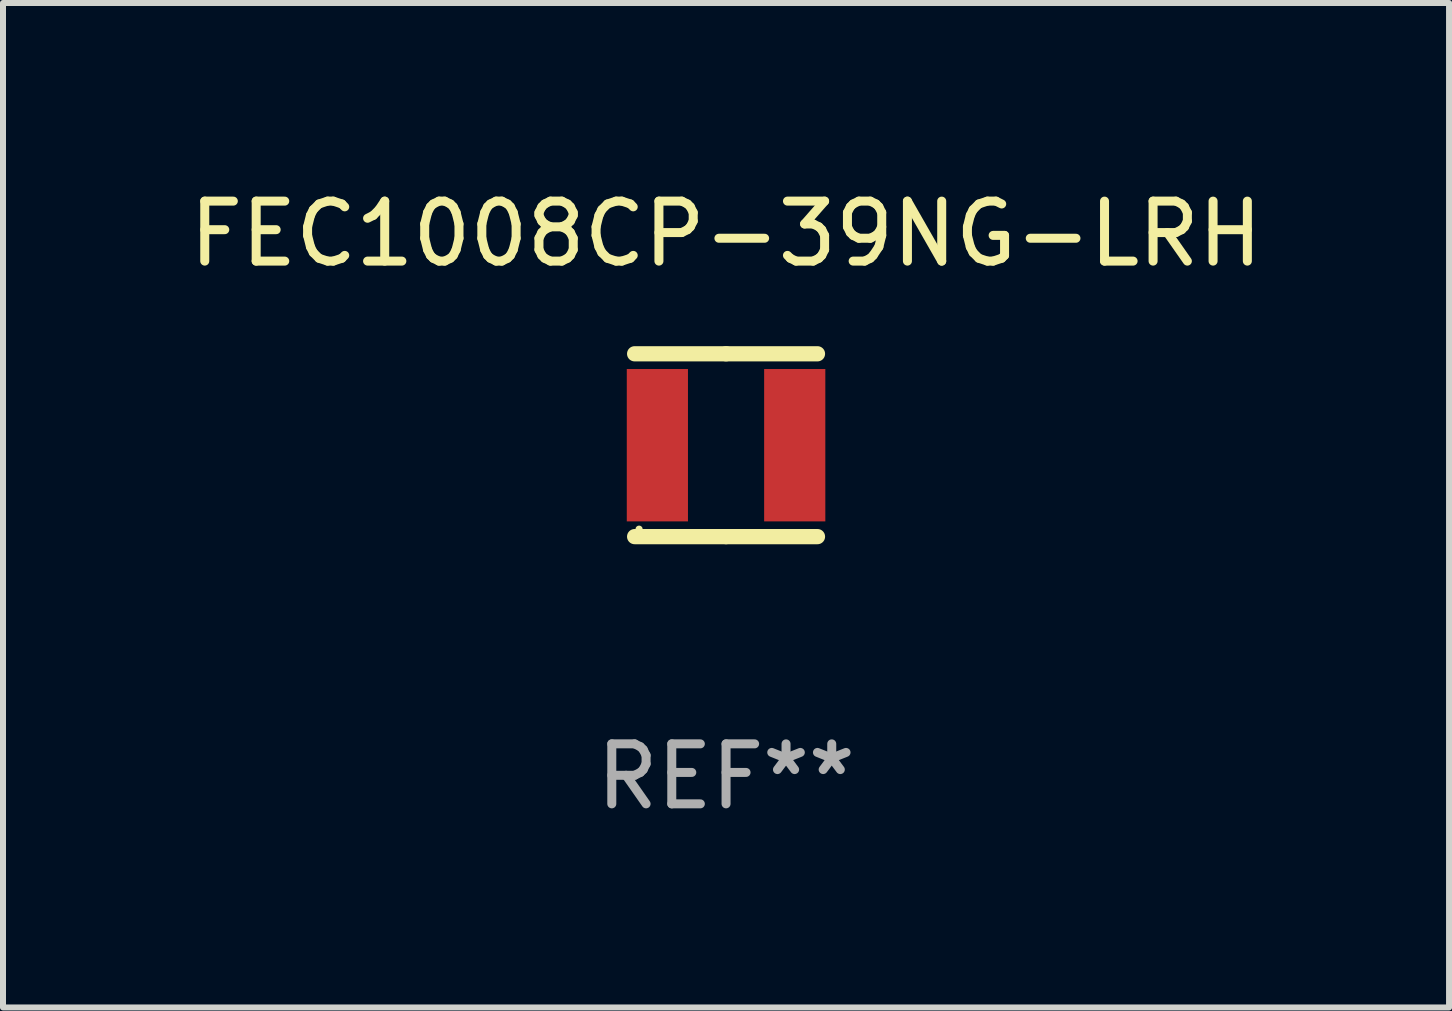
<source format=kicad_pcb>
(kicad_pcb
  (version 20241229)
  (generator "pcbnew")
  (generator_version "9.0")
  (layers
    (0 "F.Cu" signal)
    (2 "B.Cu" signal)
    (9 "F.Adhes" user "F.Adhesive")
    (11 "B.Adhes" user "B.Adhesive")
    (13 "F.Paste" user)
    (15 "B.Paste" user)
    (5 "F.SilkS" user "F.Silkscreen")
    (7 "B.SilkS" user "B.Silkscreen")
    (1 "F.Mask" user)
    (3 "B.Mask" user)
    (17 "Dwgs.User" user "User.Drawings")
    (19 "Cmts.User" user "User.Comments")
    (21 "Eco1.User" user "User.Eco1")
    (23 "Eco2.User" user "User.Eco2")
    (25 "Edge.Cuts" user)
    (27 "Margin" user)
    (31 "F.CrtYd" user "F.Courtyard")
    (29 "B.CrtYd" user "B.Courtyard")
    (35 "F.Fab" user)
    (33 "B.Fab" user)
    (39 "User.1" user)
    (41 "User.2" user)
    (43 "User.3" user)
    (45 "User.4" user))
  (footprint "FEC1008CP-39NG-LRH"
    (layer "F.Cu")
    (at 9.054 4.372)
    (property "Reference" "FEC1008CP-39NG-LRH" (at 0 -3.524 0) (layer "F.SilkS") (effects (font (size 1 1) (thickness 0.15))))
    (attr through_hole)
    (fp_line (start -1.524 -1.524) (end 0 -1.524) (stroke (width 0.254) (type solid)) (layer "F.SilkS"))
    (fp_line (start 0 -1.524) (end 1.524 -1.524) (stroke (width 0.254) (type solid)) (layer "F.SilkS"))
    (fp_line (start 0 1.524) (end -1.524 1.524) (stroke (width 0.254) (type solid)) (layer "F.SilkS"))
    (fp_line (start 1.524 1.524) (end 0 1.524) (stroke (width 0.254) (type solid)) (layer "F.SilkS"))
    (fp_circle (center -1.45 1.4) (end -1.42 1.4) (stroke (width 0.06) (type solid)) (fill no) (layer "F.SilkS"))
    (fp_text user "REF**" (at 0 5.524 0) (layer "F.Fab") (effects (font (size 1 1) (thickness 0.15))))
    (pad "1" smd rect (at -1.145 0) (size 1.02 2.54) (layers "F.Cu" "F.Mask" "F.Paste"))
    (pad "2" smd rect (at 1.145 0) (size 1.02 2.54) (layers "F.Cu" "F.Mask" "F.Paste")))
  (gr_rect
    (start -3 -3)
    (end 21.107 13.745)
    (stroke (width 0.1) (type default))
    (fill no)
    (layer "Edge.Cuts")))
</source>
